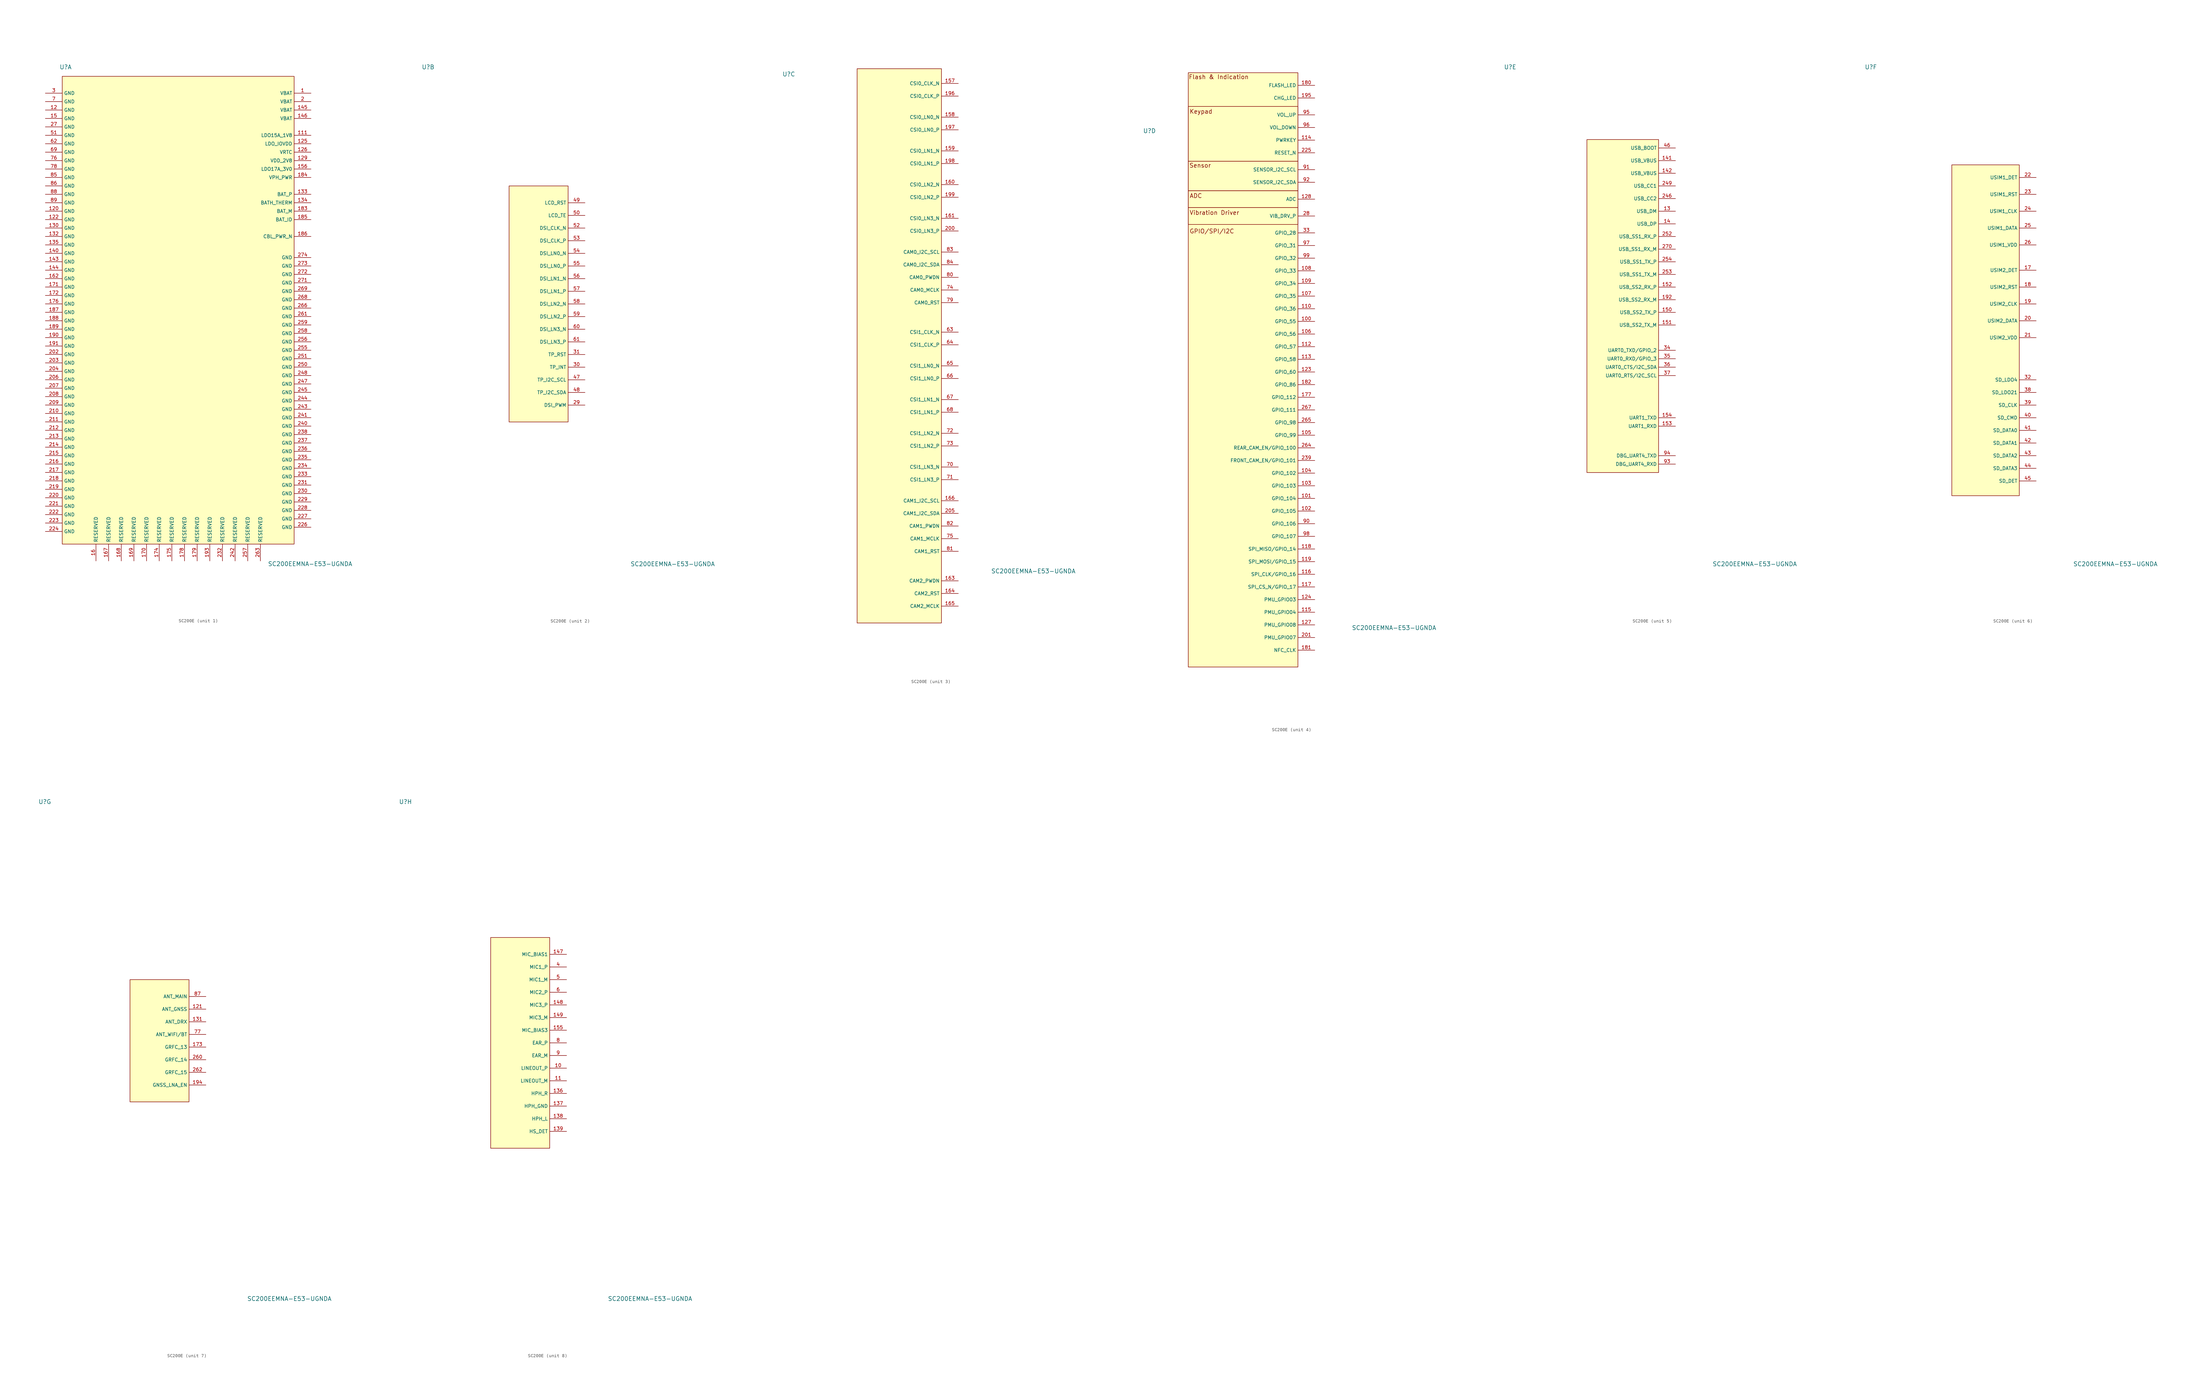
<source format=kicad_sym>
(kicad_symbol_lib
  (version 20241209)
  (generator "kicad_symbol_editor")
  (generator_version "9.0")
  (symbol "SC200E"
    (property "Reference" "U"
      (at -34.544 72.644 0)
      (effects (font (size 1.27 1.27))))
    (property "Value" "SC200EEMNA-E53-UGNDA"
      (at 39.116 -77.089 0)
      (effects (font (size 1.27 1.27))))
    (property "ki_locked" ""
      (at 0 0 0)
      (effects (font (size 1.27 1.27))))
    (symbol "SC200E_1_0"
      (unit_name "Power")
      (pin passive line (at -40.64 64.77 0) (length 5.08) (name "GND" (effects (font (size 1.016 1.016)))) (number "3" (effects (font (size 1.016 1.016)))))
      (pin passive line (at -40.64 62.23 0) (length 5.08) (name "GND" (effects (font (size 1.016 1.016)))) (number "7" (effects (font (size 1.016 1.016)))))
      (pin passive line (at -40.64 59.69 0) (length 5.08) (name "GND" (effects (font (size 1.016 1.016)))) (number "12" (effects (font (size 1.016 1.016)))))
      (pin passive line (at -40.64 57.15 0) (length 5.08) (name "GND" (effects (font (size 1.016 1.016)))) (number "15" (effects (font (size 1.016 1.016)))))
      (pin passive line (at -40.64 54.61 0) (length 5.08) (name "GND" (effects (font (size 1.016 1.016)))) (number "27" (effects (font (size 1.016 1.016)))))
      (pin passive line (at -40.64 52.07 0) (length 5.08) (name "GND" (effects (font (size 1.016 1.016)))) (number "51" (effects (font (size 1.016 1.016)))))
      (pin passive line (at -40.64 49.53 0) (length 5.08) (name "GND" (effects (font (size 1.016 1.016)))) (number "62" (effects (font (size 1.016 1.016)))))
      (pin passive line (at -40.64 46.99 0) (length 5.08) (name "GND" (effects (font (size 1.016 1.016)))) (number "69" (effects (font (size 1.016 1.016)))))
      (pin passive line (at -40.64 44.45 0) (length 5.08) (name "GND" (effects (font (size 1.016 1.016)))) (number "76" (effects (font (size 1.016 1.016)))))
      (pin passive line (at -40.64 41.91 0) (length 5.08) (name "GND" (effects (font (size 1.016 1.016)))) (number "78" (effects (font (size 1.016 1.016)))))
      (pin passive line (at -40.64 39.37 0) (length 5.08) (name "GND" (effects (font (size 1.016 1.016)))) (number "85" (effects (font (size 1.016 1.016)))))
      (pin passive line (at -40.64 36.83 0) (length 5.08) (name "GND" (effects (font (size 1.016 1.016)))) (number "86" (effects (font (size 1.016 1.016)))))
      (pin passive line (at -40.64 34.29 0) (length 5.08) (name "GND" (effects (font (size 1.016 1.016)))) (number "88" (effects (font (size 1.016 1.016)))))
      (pin passive line (at -40.64 31.75 0) (length 5.08) (name "GND" (effects (font (size 1.016 1.016)))) (number "89" (effects (font (size 1.016 1.016)))))
      (pin passive line (at -40.64 29.21 0) (length 5.08) (name "GND" (effects (font (size 1.016 1.016)))) (number "120" (effects (font (size 1.016 1.016)))))
      (pin passive line (at -40.64 26.67 0) (length 5.08) (name "GND" (effects (font (size 1.016 1.016)))) (number "122" (effects (font (size 1.016 1.016)))))
      (pin passive line (at -40.64 24.13 0) (length 5.08) (name "GND" (effects (font (size 1.016 1.016)))) (number "130" (effects (font (size 1.016 1.016)))))
      (pin passive line (at -40.64 21.59 0) (length 5.08) (name "GND" (effects (font (size 1.016 1.016)))) (number "132" (effects (font (size 1.016 1.016)))))
      (pin passive line (at -40.64 19.05 0) (length 5.08) (name "GND" (effects (font (size 1.016 1.016)))) (number "135" (effects (font (size 1.016 1.016)))))
      (pin passive line (at -40.64 16.51 0) (length 5.08) (name "GND" (effects (font (size 1.016 1.016)))) (number "140" (effects (font (size 1.016 1.016)))))
      (pin passive line (at -40.64 13.97 0) (length 5.08) (name "GND" (effects (font (size 1.016 1.016)))) (number "143" (effects (font (size 1.016 1.016)))))
      (pin passive line (at -40.64 11.43 0) (length 5.08) (name "GND" (effects (font (size 1.016 1.016)))) (number "144" (effects (font (size 1.016 1.016)))))
      (pin passive line (at -40.64 8.89 0) (length 5.08) (name "GND" (effects (font (size 1.016 1.016)))) (number "162" (effects (font (size 1.016 1.016)))))
      (pin passive line (at -40.64 6.35 0) (length 5.08) (name "GND" (effects (font (size 1.016 1.016)))) (number "171" (effects (font (size 1.016 1.016)))))
      (pin passive line (at -40.64 3.81 0) (length 5.08) (name "GND" (effects (font (size 1.016 1.016)))) (number "172" (effects (font (size 1.016 1.016)))))
      (pin passive line (at -40.64 1.27 0) (length 5.08) (name "GND" (effects (font (size 1.016 1.016)))) (number "176" (effects (font (size 1.016 1.016)))))
      (pin passive line (at -40.64 -1.27 0) (length 5.08) (name "GND" (effects (font (size 1.016 1.016)))) (number "187" (effects (font (size 1.016 1.016)))))
      (pin passive line (at -40.64 -3.81 0) (length 5.08) (name "GND" (effects (font (size 1.016 1.016)))) (number "188" (effects (font (size 1.016 1.016)))))
      (pin passive line (at -40.64 -6.35 0) (length 5.08) (name "GND" (effects (font (size 1.016 1.016)))) (number "189" (effects (font (size 1.016 1.016)))))
      (pin passive line (at -40.64 -8.89 0) (length 5.08) (name "GND" (effects (font (size 1.016 1.016)))) (number "190" (effects (font (size 1.016 1.016)))))
      (pin passive line (at -40.64 -11.43 0) (length 5.08) (name "GND" (effects (font (size 1.016 1.016)))) (number "191" (effects (font (size 1.016 1.016)))))
      (pin passive line (at -40.64 -13.97 0) (length 5.08) (name "GND" (effects (font (size 1.016 1.016)))) (number "202" (effects (font (size 1.016 1.016)))))
      (pin passive line (at -40.64 -16.51 0) (length 5.08) (name "GND" (effects (font (size 1.016 1.016)))) (number "203" (effects (font (size 1.016 1.016)))))
      (pin passive line (at -40.64 -19.05 0) (length 5.08) (name "GND" (effects (font (size 1.016 1.016)))) (number "204" (effects (font (size 1.016 1.016)))))
      (pin passive line (at -40.64 -21.59 0) (length 5.08) (name "GND" (effects (font (size 1.016 1.016)))) (number "206" (effects (font (size 1.016 1.016)))))
      (pin passive line (at -40.64 -24.13 0) (length 5.08) (name "GND" (effects (font (size 1.016 1.016)))) (number "207" (effects (font (size 1.016 1.016)))))
      (pin passive line (at -40.64 -26.67 0) (length 5.08) (name "GND" (effects (font (size 1.016 1.016)))) (number "208" (effects (font (size 1.016 1.016)))))
      (pin passive line (at -40.64 -29.21 0) (length 5.08) (name "GND" (effects (font (size 1.016 1.016)))) (number "209" (effects (font (size 1.016 1.016)))))
      (pin passive line (at -40.64 -31.75 0) (length 5.08) (name "GND" (effects (font (size 1.016 1.016)))) (number "210" (effects (font (size 1.016 1.016)))))
      (pin passive line (at -40.64 -34.29 0) (length 5.08) (name "GND" (effects (font (size 1.016 1.016)))) (number "211" (effects (font (size 1.016 1.016)))))
      (pin passive line (at -40.64 -36.83 0) (length 5.08) (name "GND" (effects (font (size 1.016 1.016)))) (number "212" (effects (font (size 1.016 1.016)))))
      (pin passive line (at -40.64 -39.37 0) (length 5.08) (name "GND" (effects (font (size 1.016 1.016)))) (number "213" (effects (font (size 1.016 1.016)))))
      (pin passive line (at -40.64 -41.91 0) (length 5.08) (name "GND" (effects (font (size 1.016 1.016)))) (number "214" (effects (font (size 1.016 1.016)))))
      (pin passive line (at -40.64 -44.45 0) (length 5.08) (name "GND" (effects (font (size 1.016 1.016)))) (number "215" (effects (font (size 1.016 1.016)))))
      (pin passive line (at -40.64 -46.99 0) (length 5.08) (name "GND" (effects (font (size 1.016 1.016)))) (number "216" (effects (font (size 1.016 1.016)))))
      (pin passive line (at -40.64 -49.53 0) (length 5.08) (name "GND" (effects (font (size 1.016 1.016)))) (number "217" (effects (font (size 1.016 1.016)))))
      (pin passive line (at -40.64 -52.07 0) (length 5.08) (name "GND" (effects (font (size 1.016 1.016)))) (number "218" (effects (font (size 1.016 1.016)))))
      (pin passive line (at -40.64 -54.61 0) (length 5.08) (name "GND" (effects (font (size 1.016 1.016)))) (number "219" (effects (font (size 1.016 1.016)))))
      (pin passive line (at -40.64 -57.15 0) (length 5.08) (name "GND" (effects (font (size 1.016 1.016)))) (number "220" (effects (font (size 1.016 1.016)))))
      (pin passive line (at -40.64 -59.69 0) (length 5.08) (name "GND" (effects (font (size 1.016 1.016)))) (number "221" (effects (font (size 1.016 1.016)))))
      (pin passive line (at -40.64 -62.23 0) (length 5.08) (name "GND" (effects (font (size 1.016 1.016)))) (number "222" (effects (font (size 1.016 1.016)))))
      (pin passive line (at -40.64 -64.77 0) (length 5.08) (name "GND" (effects (font (size 1.016 1.016)))) (number "223" (effects (font (size 1.016 1.016)))))
      (pin passive line (at -40.64 -67.31 0) (length 5.08) (name "GND" (effects (font (size 1.016 1.016)))) (number "224" (effects (font (size 1.016 1.016)))))
      (pin passive line (at -25.4 -76.2 90) (length 5.08) (name "RESERVED" (effects (font (size 1.016 1.016)))) (number "16" (effects (font (size 1.016 1.016)))))
      (pin passive line (at -21.59 -76.2 90) (length 5.08) (name "RESERVED" (effects (font (size 1.016 1.016)))) (number "167" (effects (font (size 1.016 1.016)))))
      (pin passive line (at -17.78 -76.2 90) (length 5.08) (name "RESERVED" (effects (font (size 1.016 1.016)))) (number "168" (effects (font (size 1.016 1.016)))))
      (pin passive line (at -13.97 -76.2 90) (length 5.08) (name "RESERVED" (effects (font (size 1.016 1.016)))) (number "169" (effects (font (size 1.016 1.016)))))
      (pin passive line (at -10.16 -76.2 90) (length 5.08) (name "RESERVED" (effects (font (size 1.016 1.016)))) (number "170" (effects (font (size 1.016 1.016)))))
      (pin passive line (at -6.35 -76.2 90) (length 5.08) (name "RESERVED" (effects (font (size 1.016 1.016)))) (number "174" (effects (font (size 1.016 1.016)))))
      (pin passive line (at -2.54 -76.2 90) (length 5.08) (name "RESERVED" (effects (font (size 1.016 1.016)))) (number "175" (effects (font (size 1.016 1.016)))))
      (pin passive line (at 1.27 -76.2 90) (length 5.08) (name "RESERVED" (effects (font (size 1.016 1.016)))) (number "178" (effects (font (size 1.016 1.016)))))
      (pin passive line (at 5.08 -76.2 90) (length 5.08) (name "RESERVED" (effects (font (size 1.016 1.016)))) (number "179" (effects (font (size 1.016 1.016)))))
      (pin passive line (at 8.89 -76.2 90) (length 5.08) (name "RESERVED" (effects (font (size 1.016 1.016)))) (number "193" (effects (font (size 1.016 1.016)))))
      (pin passive line (at 12.7 -76.2 90) (length 5.08) (name "RESERVED" (effects (font (size 1.016 1.016)))) (number "232" (effects (font (size 1.016 1.016)))))
      (pin passive line (at 16.51 -76.2 90) (length 5.08) (name "RESERVED" (effects (font (size 1.016 1.016)))) (number "242" (effects (font (size 1.016 1.016)))))
      (pin passive line (at 20.32 -76.2 90) (length 5.08) (name "RESERVED" (effects (font (size 1.016 1.016)))) (number "257" (effects (font (size 1.016 1.016)))))
      (pin passive line (at 24.13 -76.2 90) (length 5.08) (name "RESERVED" (effects (font (size 1.016 1.016)))) (number "263" (effects (font (size 1.016 1.016)))))
      (pin power_in line (at 39.37 64.77 180) (length 5.08) (name "VBAT" (effects (font (size 1.016 1.016)))) (number "1" (effects (font (size 1.016 1.016)))))
      (pin power_in line (at 39.37 62.23 180) (length 5.08) (name "VBAT" (effects (font (size 1.016 1.016)))) (number "2" (effects (font (size 1.016 1.016)))))
      (pin power_in line (at 39.37 59.69 180) (length 5.08) (name "VBAT" (effects (font (size 1.016 1.016)))) (number "145" (effects (font (size 1.016 1.016)))))
      (pin power_in line (at 39.37 57.15 180) (length 5.08) (name "VBAT" (effects (font (size 1.016 1.016)))) (number "146" (effects (font (size 1.016 1.016)))))
      (pin power_out line (at 39.37 52.07 180) (length 5.08) (name "LDO15A_1V8" (effects (font (size 1.016 1.016)))) (number "111" (effects (font (size 1.016 1.016)))))
      (pin power_out line (at 39.37 49.53 180) (length 5.08) (name "LDO_IOVDD" (effects (font (size 1.016 1.016)))) (number "125" (effects (font (size 1.016 1.016)))))
      (pin passive line (at 39.37 46.99 180) (length 5.08) (name "VRTC" (effects (font (size 1.016 1.016)))) (number "126" (effects (font (size 1.016 1.016)))))
      (pin power_out line (at 39.37 44.45 180) (length 5.08) (name "VDD_2V8" (effects (font (size 1.016 1.016)))) (number "129" (effects (font (size 1.016 1.016)))))
      (pin power_out line (at 39.37 41.91 180) (length 5.08) (name "LDO17A_3V0" (effects (font (size 1.016 1.016)))) (number "156" (effects (font (size 1.016 1.016)))))
      (pin power_out line (at 39.37 39.37 180) (length 5.08) (name "VPH_PWR" (effects (font (size 1.016 1.016)))) (number "184" (effects (font (size 1.016 1.016)))))
      (pin power_out line (at 39.37 34.29 180) (length 5.08) (name "BAT_P" (effects (font (size 1.016 1.016)))) (number "133" (effects (font (size 1.016 1.016)))))
      (pin input line (at 39.37 31.75 180) (length 5.08) (name "BATH_THERM" (effects (font (size 1.016 1.016)))) (number "134" (effects (font (size 1.016 1.016)))))
      (pin power_out line (at 39.37 29.21 180) (length 5.08) (name "BAT_M" (effects (font (size 1.016 1.016)))) (number "183" (effects (font (size 1.016 1.016)))))
      (pin input line (at 39.37 26.67 180) (length 5.08) (name "BAT_ID" (effects (font (size 1.016 1.016)))) (number "185" (effects (font (size 1.016 1.016)))))
      (pin passive line (at 39.37 21.59 180) (length 5.08) (name "CBL_PWR_N" (effects (font (size 1.016 1.016)))) (number "186" (effects (font (size 1.016 1.016)))))
      (pin passive line (at 39.37 15.24 180) (length 5.08) (name "GND" (effects (font (size 1.016 1.016)))) (number "274" (effects (font (size 1.016 1.016)))))
      (pin passive line (at 39.37 12.7 180) (length 5.08) (name "GND" (effects (font (size 1.016 1.016)))) (number "273" (effects (font (size 1.016 1.016)))))
      (pin passive line (at 39.37 10.16 180) (length 5.08) (name "GND" (effects (font (size 1.016 1.016)))) (number "272" (effects (font (size 1.016 1.016)))))
      (pin passive line (at 39.37 7.62 180) (length 5.08) (name "GND" (effects (font (size 1.016 1.016)))) (number "271" (effects (font (size 1.016 1.016)))))
      (pin passive line (at 39.37 5.08 180) (length 5.08) (name "GND" (effects (font (size 1.016 1.016)))) (number "269" (effects (font (size 1.016 1.016)))))
      (pin passive line (at 39.37 2.54 180) (length 5.08) (name "GND" (effects (font (size 1.016 1.016)))) (number "268" (effects (font (size 1.016 1.016)))))
      (pin passive line (at 39.37 0 180) (length 5.08) (name "GND" (effects (font (size 1.016 1.016)))) (number "266" (effects (font (size 1.016 1.016)))))
      (pin passive line (at 39.37 -2.54 180) (length 5.08) (name "GND" (effects (font (size 1.016 1.016)))) (number "261" (effects (font (size 1.016 1.016)))))
      (pin passive line (at 39.37 -5.08 180) (length 5.08) (name "GND" (effects (font (size 1.016 1.016)))) (number "259" (effects (font (size 1.016 1.016)))))
      (pin passive line (at 39.37 -7.62 180) (length 5.08) (name "GND" (effects (font (size 1.016 1.016)))) (number "258" (effects (font (size 1.016 1.016)))))
      (pin passive line (at 39.37 -10.16 180) (length 5.08) (name "GND" (effects (font (size 1.016 1.016)))) (number "256" (effects (font (size 1.016 1.016)))))
      (pin passive line (at 39.37 -12.7 180) (length 5.08) (name "GND" (effects (font (size 1.016 1.016)))) (number "255" (effects (font (size 1.016 1.016)))))
      (pin passive line (at 39.37 -15.24 180) (length 5.08) (name "GND" (effects (font (size 1.016 1.016)))) (number "251" (effects (font (size 1.016 1.016)))))
      (pin passive line (at 39.37 -17.78 180) (length 5.08) (name "GND" (effects (font (size 1.016 1.016)))) (number "250" (effects (font (size 1.016 1.016)))))
      (pin passive line (at 39.37 -20.32 180) (length 5.08) (name "GND" (effects (font (size 1.016 1.016)))) (number "248" (effects (font (size 1.016 1.016)))))
      (pin passive line (at 39.37 -22.86 180) (length 5.08) (name "GND" (effects (font (size 1.016 1.016)))) (number "247" (effects (font (size 1.016 1.016)))))
      (pin passive line (at 39.37 -25.4 180) (length 5.08) (name "GND" (effects (font (size 1.016 1.016)))) (number "245" (effects (font (size 1.016 1.016)))))
      (pin passive line (at 39.37 -27.94 180) (length 5.08) (name "GND" (effects (font (size 1.016 1.016)))) (number "244" (effects (font (size 1.016 1.016)))))
      (pin passive line (at 39.37 -30.48 180) (length 5.08) (name "GND" (effects (font (size 1.016 1.016)))) (number "243" (effects (font (size 1.016 1.016)))))
      (pin passive line (at 39.37 -33.02 180) (length 5.08) (name "GND" (effects (font (size 1.016 1.016)))) (number "241" (effects (font (size 1.016 1.016)))))
      (pin passive line (at 39.37 -35.56 180) (length 5.08) (name "GND" (effects (font (size 1.016 1.016)))) (number "240" (effects (font (size 1.016 1.016)))))
      (pin passive line (at 39.37 -38.1 180) (length 5.08) (name "GND" (effects (font (size 1.016 1.016)))) (number "238" (effects (font (size 1.016 1.016)))))
      (pin passive line (at 39.37 -40.64 180) (length 5.08) (name "GND" (effects (font (size 1.016 1.016)))) (number "237" (effects (font (size 1.016 1.016)))))
      (pin passive line (at 39.37 -43.18 180) (length 5.08) (name "GND" (effects (font (size 1.016 1.016)))) (number "236" (effects (font (size 1.016 1.016)))))
      (pin passive line (at 39.37 -45.72 180) (length 5.08) (name "GND" (effects (font (size 1.016 1.016)))) (number "235" (effects (font (size 1.016 1.016)))))
      (pin passive line (at 39.37 -48.26 180) (length 5.08) (name "GND" (effects (font (size 1.016 1.016)))) (number "234" (effects (font (size 1.016 1.016)))))
      (pin passive line (at 39.37 -50.8 180) (length 5.08) (name "GND" (effects (font (size 1.016 1.016)))) (number "233" (effects (font (size 1.016 1.016)))))
      (pin passive line (at 39.37 -53.34 180) (length 5.08) (name "GND" (effects (font (size 1.016 1.016)))) (number "231" (effects (font (size 1.016 1.016)))))
      (pin passive line (at 39.37 -55.88 180) (length 5.08) (name "GND" (effects (font (size 1.016 1.016)))) (number "230" (effects (font (size 1.016 1.016)))))
      (pin passive line (at 39.37 -58.42 180) (length 5.08) (name "GND" (effects (font (size 1.016 1.016)))) (number "229" (effects (font (size 1.016 1.016)))))
      (pin passive line (at 39.37 -60.96 180) (length 5.08) (name "GND" (effects (font (size 1.016 1.016)))) (number "228" (effects (font (size 1.016 1.016)))))
      (pin passive line (at 39.37 -63.5 180) (length 5.08) (name "GND" (effects (font (size 1.016 1.016)))) (number "227" (effects (font (size 1.016 1.016)))))
      (pin passive line (at 39.37 -66.04 180) (length 5.08) (name "GND" (effects (font (size 1.016 1.016)))) (number "226" (effects (font (size 1.016 1.016))))))
    (symbol "SC200E_1_1"
      (unit_name "Power")
      (rectangle (start -35.56 69.85) (end 34.29 -71.12) (stroke (width 0) (type default)) (fill (type background))))
    (symbol "SC200E_2_1"
      (unit_name "Display")
      (rectangle (start -10.16 36.83) (end 7.62 -34.29) (stroke (width 0) (type default)) (fill (type background)))
      (pin passive line (at 12.7 31.75 180) (length 5.08) (name "LCD_RST" (effects (font (size 1.016 1.016)))) (number "49" (effects (font (size 1.016 1.016)))))
      (pin passive line (at 12.7 27.94 180) (length 5.08) (name "LCD_TE" (effects (font (size 1.016 1.016)))) (number "50" (effects (font (size 1.016 1.016)))))
      (pin passive line (at 12.7 24.13 180) (length 5.08) (name "DSI_CLK_N" (effects (font (size 1.016 1.016)))) (number "52" (effects (font (size 1.016 1.016)))))
      (pin passive line (at 12.7 20.32 180) (length 5.08) (name "DSI_CLK_P" (effects (font (size 1.016 1.016)))) (number "53" (effects (font (size 1.016 1.016)))))
      (pin passive line (at 12.7 16.51 180) (length 5.08) (name "DSI_LN0_N" (effects (font (size 1.016 1.016)))) (number "54" (effects (font (size 1.016 1.016)))))
      (pin passive line (at 12.7 12.7 180) (length 5.08) (name "DSI_LN0_P" (effects (font (size 1.016 1.016)))) (number "55" (effects (font (size 1.016 1.016)))))
      (pin passive line (at 12.7 8.89 180) (length 5.08) (name "DSI_LN1_N" (effects (font (size 1.016 1.016)))) (number "56" (effects (font (size 1.016 1.016)))))
      (pin passive line (at 12.7 5.08 180) (length 5.08) (name "DSI_LN1_P" (effects (font (size 1.016 1.016)))) (number "57" (effects (font (size 1.016 1.016)))))
      (pin passive line (at 12.7 1.27 180) (length 5.08) (name "DSI_LN2_N" (effects (font (size 1.016 1.016)))) (number "58" (effects (font (size 1.016 1.016)))))
      (pin passive line (at 12.7 -2.54 180) (length 5.08) (name "DSI_LN2_P" (effects (font (size 1.016 1.016)))) (number "59" (effects (font (size 1.016 1.016)))))
      (pin passive line (at 12.7 -6.35 180) (length 5.08) (name "DSI_LN3_N" (effects (font (size 1.016 1.016)))) (number "60" (effects (font (size 1.016 1.016)))))
      (pin passive line (at 12.7 -10.16 180) (length 5.08) (name "DSI_LN3_P" (effects (font (size 1.016 1.016)))) (number "61" (effects (font (size 1.016 1.016)))))
      (pin passive line (at 12.7 -13.97 180) (length 5.08) (name "TP_RST" (effects (font (size 1.016 1.016)))) (number "31" (effects (font (size 1.016 1.016)))))
      (pin passive line (at 12.7 -17.78 180) (length 5.08) (name "TP_INT" (effects (font (size 1.016 1.016)))) (number "30" (effects (font (size 1.016 1.016)))))
      (pin passive line (at 12.7 -21.59 180) (length 5.08) (name "TP_I2C_SCL" (effects (font (size 1.016 1.016)))) (number "47" (effects (font (size 1.016 1.016)))))
      (pin passive line (at 12.7 -25.4 180) (length 5.08) (name "TP_I2C_SDA" (effects (font (size 1.016 1.016)))) (number "48" (effects (font (size 1.016 1.016)))))
      (pin passive line (at 12.7 -29.21 180) (length 5.08) (name "DSI_PWM" (effects (font (size 1.016 1.016)))) (number "29" (effects (font (size 1.016 1.016))))))
    (symbol "SC200E_3_0"
      (unit_name "Cameras")
      (pin passive line (at 16.51 69.85 180) (length 5.08) (name "CSI0_CLK_N" (effects (font (size 1.016 1.016)))) (number "157" (effects (font (size 1.016 1.016)))))
      (pin passive line (at 16.51 66.04 180) (length 5.08) (name "CSI0_CLK_P" (effects (font (size 1.016 1.016)))) (number "196" (effects (font (size 1.016 1.016)))))
      (pin passive line (at 16.51 59.69 180) (length 5.08) (name "CSI0_LN0_N" (effects (font (size 1.016 1.016)))) (number "158" (effects (font (size 1.016 1.016)))))
      (pin passive line (at 16.51 55.88 180) (length 5.08) (name "CSI0_LN0_P" (effects (font (size 1.016 1.016)))) (number "197" (effects (font (size 1.016 1.016)))))
      (pin passive line (at 16.51 49.53 180) (length 5.08) (name "CSI0_LN1_N" (effects (font (size 1.016 1.016)))) (number "159" (effects (font (size 1.016 1.016)))))
      (pin passive line (at 16.51 45.72 180) (length 5.08) (name "CSI0_LN1_P" (effects (font (size 1.016 1.016)))) (number "198" (effects (font (size 1.016 1.016)))))
      (pin passive line (at 16.51 39.37 180) (length 5.08) (name "CSI0_LN2_N" (effects (font (size 1.016 1.016)))) (number "160" (effects (font (size 1.016 1.016)))))
      (pin passive line (at 16.51 35.56 180) (length 5.08) (name "CSI0_LN2_P" (effects (font (size 1.016 1.016)))) (number "199" (effects (font (size 1.016 1.016)))))
      (pin passive line (at 16.51 29.21 180) (length 5.08) (name "CSI0_LN3_N" (effects (font (size 1.016 1.016)))) (number "161" (effects (font (size 1.016 1.016)))))
      (pin passive line (at 16.51 25.4 180) (length 5.08) (name "CSI0_LN3_P" (effects (font (size 1.016 1.016)))) (number "200" (effects (font (size 1.016 1.016)))))
      (pin passive line (at 16.51 19.05 180) (length 5.08) (name "CAM0_I2C_SCL" (effects (font (size 1.016 1.016)))) (number "83" (effects (font (size 1.016 1.016)))))
      (pin passive line (at 16.51 15.24 180) (length 5.08) (name "CAM0_I2C_SDA" (effects (font (size 1.016 1.016)))) (number "84" (effects (font (size 1.016 1.016)))))
      (pin passive line (at 16.51 11.43 180) (length 5.08) (name "CAM0_PWDN" (effects (font (size 1.016 1.016)))) (number "80" (effects (font (size 1.016 1.016)))))
      (pin passive line (at 16.51 7.62 180) (length 5.08) (name "CAM0_MCLK" (effects (font (size 1.016 1.016)))) (number "74" (effects (font (size 1.016 1.016)))))
      (pin passive line (at 16.51 3.81 180) (length 5.08) (name "CAM0_RST" (effects (font (size 1.016 1.016)))) (number "79" (effects (font (size 1.016 1.016)))))
      (pin passive line (at 16.51 -5.08 180) (length 5.08) (name "CSI1_CLK_N" (effects (font (size 1.016 1.016)))) (number "63" (effects (font (size 1.016 1.016)))))
      (pin passive line (at 16.51 -8.89 180) (length 5.08) (name "CSI1_CLK_P" (effects (font (size 1.016 1.016)))) (number "64" (effects (font (size 1.016 1.016)))))
      (pin passive line (at 16.51 -15.24 180) (length 5.08) (name "CSI1_LN0_N" (effects (font (size 1.016 1.016)))) (number "65" (effects (font (size 1.016 1.016)))))
      (pin passive line (at 16.51 -19.05 180) (length 5.08) (name "CSI1_LN0_P" (effects (font (size 1.016 1.016)))) (number "66" (effects (font (size 1.016 1.016)))))
      (pin passive line (at 16.51 -25.4 180) (length 5.08) (name "CSI1_LN1_N" (effects (font (size 1.016 1.016)))) (number "67" (effects (font (size 1.016 1.016)))))
      (pin passive line (at 16.51 -29.21 180) (length 5.08) (name "CSI1_LN1_P" (effects (font (size 1.016 1.016)))) (number "68" (effects (font (size 1.016 1.016)))))
      (pin passive line (at 16.51 -35.56 180) (length 5.08) (name "CSI1_LN2_N" (effects (font (size 1.016 1.016)))) (number "72" (effects (font (size 1.016 1.016)))))
      (pin passive line (at 16.51 -39.37 180) (length 5.08) (name "CSI1_LN2_P" (effects (font (size 1.016 1.016)))) (number "73" (effects (font (size 1.016 1.016)))))
      (pin passive line (at 16.51 -45.72 180) (length 5.08) (name "CSI1_LN3_N" (effects (font (size 1.016 1.016)))) (number "70" (effects (font (size 1.016 1.016)))))
      (pin passive line (at 16.51 -49.53 180) (length 5.08) (name "CSI1_LN3_P" (effects (font (size 1.016 1.016)))) (number "71" (effects (font (size 1.016 1.016)))))
      (pin passive line (at 16.51 -55.88 180) (length 5.08) (name "CAM1_I2C_SCL" (effects (font (size 1.016 1.016)))) (number "166" (effects (font (size 1.016 1.016)))))
      (pin passive line (at 16.51 -59.69 180) (length 5.08) (name "CAM1_I2C_SDA" (effects (font (size 1.016 1.016)))) (number "205" (effects (font (size 1.016 1.016)))))
      (pin passive line (at 16.51 -63.5 180) (length 5.08) (name "CAM1_PWDN" (effects (font (size 1.016 1.016)))) (number "82" (effects (font (size 1.016 1.016)))))
      (pin passive line (at 16.51 -67.31 180) (length 5.08) (name "CAM1_MCLK" (effects (font (size 1.016 1.016)))) (number "75" (effects (font (size 1.016 1.016)))))
      (pin passive line (at 16.51 -71.12 180) (length 5.08) (name "CAM1_RST" (effects (font (size 1.016 1.016)))) (number "81" (effects (font (size 1.016 1.016)))))
      (pin passive line (at 16.51 -80.01 180) (length 5.08) (name "CAM2_PWDN" (effects (font (size 1.016 1.016)))) (number "163" (effects (font (size 1.016 1.016)))))
      (pin passive line (at 16.51 -83.82 180) (length 5.08) (name "CAM2_RST" (effects (font (size 1.016 1.016)))) (number "164" (effects (font (size 1.016 1.016)))))
      (pin passive line (at 16.51 -87.63 180) (length 5.08) (name "CAM2_MCLK" (effects (font (size 1.016 1.016)))) (number "165" (effects (font (size 1.016 1.016))))))
    (symbol "SC200E_3_1"
      (unit_name "Cameras")
      (rectangle (start -13.97 74.295) (end 11.43 -92.71) (stroke (width 0) (type default)) (fill (type background))))
    (symbol "SC200E_4_0"
      (unit_name "Interfaces")
      (pin passive line (at 15.24 86.36 180) (length 5.08) (name "FLASH_LED" (effects (font (size 1.016 1.016)))) (number "180" (effects (font (size 1.016 1.016)))))
      (pin passive line (at 15.24 82.55 180) (length 5.08) (name "CHG_LED" (effects (font (size 1.016 1.016)))) (number "195" (effects (font (size 1.016 1.016)))))
      (pin passive line (at 15.24 77.47 180) (length 5.08) (name "VOL_UP" (effects (font (size 1.016 1.016)))) (number "95" (effects (font (size 1.016 1.016)))))
      (pin passive line (at 15.24 73.66 180) (length 5.08) (name "VOL_DOWN" (effects (font (size 1.016 1.016)))) (number "96" (effects (font (size 1.016 1.016)))))
      (pin passive line (at 15.24 69.85 180) (length 5.08) (name "PWRKEY" (effects (font (size 1.016 1.016)))) (number "114" (effects (font (size 1.016 1.016)))))
      (pin passive line (at 15.24 66.04 180) (length 5.08) (name "RESET_N" (effects (font (size 1.016 1.016)))) (number "225" (effects (font (size 1.016 1.016))))))
    (symbol "SC200E_4_1"
      (unit_name "Interfaces")
      (rectangle (start -22.86 90.17) (end 10.16 -88.9) (stroke (width 0) (type default)) (fill (type background)))
      (rectangle (start -22.86 80.01) (end 10.16 63.5) (stroke (width 0) (type default)) (fill (type none)))
      (rectangle (start 10.16 63.5) (end -22.86 54.61) (stroke (width 0) (type default)) (fill (type none)))
      (rectangle (start 10.16 54.61) (end -22.86 49.53) (stroke (width 0) (type default)) (fill (type none)))
      (rectangle (start 10.16 49.53) (end -22.86 44.45) (stroke (width 0) (type default)) (fill (type none)))
      (text "ADC" (at -20.574 53.086 0) (effects (font (size 1.27 1.27))))
      (text "Sensor " (at -18.796 62.23 0) (effects (font (size 1.27 1.27))))
      (text "Keypad " (at -18.542 78.486 0) (effects (font (size 1.27 1.27))))
      (text "GPIO/SPI/I2C" (at -15.748 42.418 0) (effects (font (size 1.27 1.27))))
      (text "Vibration Driver" (at -14.986 48.006 0) (effects (font (size 1.27 1.27))))
      (text "Flash & Indication " (at -13.208 88.9 0) (effects (font (size 1.27 1.27))))
      (pin passive line (at 15.24 60.96 180) (length 5.08) (name "SENSOR_I2C_SCL" (effects (font (size 1.016 1.016)))) (number "91" (effects (font (size 1.016 1.016)))))
      (pin passive line (at 15.24 57.15 180) (length 5.08) (name "SENSOR_I2C_SDA" (effects (font (size 1.016 1.016)))) (number "92" (effects (font (size 1.016 1.016)))))
      (pin passive line (at 15.24 52.07 180) (length 5.08) (name "ADC" (effects (font (size 1.016 1.016)))) (number "128" (effects (font (size 1.016 1.016)))))
      (pin passive line (at 15.24 46.99 180) (length 5.08) (name "VIB_DRV_P" (effects (font (size 1.016 1.016)))) (number "28" (effects (font (size 1.016 1.016)))))
      (pin passive line (at 15.24 41.91 180) (length 5.08) (name "GPIO_28" (effects (font (size 1.016 1.016)))) (number "33" (effects (font (size 1.016 1.016)))))
      (pin passive line (at 15.24 38.1 180) (length 5.08) (name "GPIO_31" (effects (font (size 1.016 1.016)))) (number "97" (effects (font (size 1.016 1.016)))))
      (pin passive line (at 15.24 34.29 180) (length 5.08) (name "GPIO_32" (effects (font (size 1.016 1.016)))) (number "99" (effects (font (size 1.016 1.016)))))
      (pin passive line (at 15.24 30.48 180) (length 5.08) (name "GPIO_33" (effects (font (size 1.016 1.016)))) (number "108" (effects (font (size 1.016 1.016)))))
      (pin passive line (at 15.24 26.67 180) (length 5.08) (name "GPIO_34" (effects (font (size 1.016 1.016)))) (number "109" (effects (font (size 1.016 1.016)))))
      (pin passive line (at 15.24 22.86 180) (length 5.08) (name "GPIO_35" (effects (font (size 1.016 1.016)))) (number "107" (effects (font (size 1.016 1.016)))))
      (pin passive line (at 15.24 19.05 180) (length 5.08) (name "GPIO_36" (effects (font (size 1.016 1.016)))) (number "110" (effects (font (size 1.016 1.016)))))
      (pin passive line (at 15.24 15.24 180) (length 5.08) (name "GPIO_55" (effects (font (size 1.016 1.016)))) (number "100" (effects (font (size 1.016 1.016)))))
      (pin passive line (at 15.24 11.43 180) (length 5.08) (name "GPIO_56" (effects (font (size 1.016 1.016)))) (number "106" (effects (font (size 1.016 1.016)))))
      (pin passive line (at 15.24 7.62 180) (length 5.08) (name "GPIO_57" (effects (font (size 1.016 1.016)))) (number "112" (effects (font (size 1.016 1.016)))))
      (pin passive line (at 15.24 3.81 180) (length 5.08) (name "GPIO_58" (effects (font (size 1.016 1.016)))) (number "113" (effects (font (size 1.016 1.016)))))
      (pin passive line (at 15.24 0 180) (length 5.08) (name "GPIO_60" (effects (font (size 1.016 1.016)))) (number "123" (effects (font (size 1.016 1.016)))))
      (pin passive line (at 15.24 -3.81 180) (length 5.08) (name "GPIO_86" (effects (font (size 1.016 1.016)))) (number "182" (effects (font (size 1.016 1.016)))))
      (pin passive line (at 15.24 -7.62 180) (length 5.08) (name "GPIO_112" (effects (font (size 1.016 1.016)))) (number "177" (effects (font (size 1.016 1.016)))))
      (pin passive line (at 15.24 -11.43 180) (length 5.08) (name "GPIO_111" (effects (font (size 1.016 1.016)))) (number "267" (effects (font (size 1.016 1.016)))))
      (pin passive line (at 15.24 -15.24 180) (length 5.08) (name "GPIO_98" (effects (font (size 1.016 1.016)))) (number "265" (effects (font (size 1.016 1.016)))))
      (pin passive line (at 15.24 -19.05 180) (length 5.08) (name "GPIO_99" (effects (font (size 1.016 1.016)))) (number "105" (effects (font (size 1.016 1.016)))))
      (pin passive line (at 15.24 -22.86 180) (length 5.08) (name "REAR_CAM_EN/GPIO_100" (effects (font (size 1.016 1.016)))) (number "264" (effects (font (size 1.016 1.016)))))
      (pin passive line (at 15.24 -26.67 180) (length 5.08) (name "FRONT_CAM_EN/GPIO_101" (effects (font (size 1.016 1.016)))) (number "239" (effects (font (size 1.016 1.016)))))
      (pin passive line (at 15.24 -30.48 180) (length 5.08) (name "GPIO_102" (effects (font (size 1.016 1.016)))) (number "104" (effects (font (size 1.016 1.016)))))
      (pin passive line (at 15.24 -34.29 180) (length 5.08) (name "GPIO_103" (effects (font (size 1.016 1.016)))) (number "103" (effects (font (size 1.016 1.016)))))
      (pin passive line (at 15.24 -38.1 180) (length 5.08) (name "GPIO_104" (effects (font (size 1.016 1.016)))) (number "101" (effects (font (size 1.016 1.016)))))
      (pin passive line (at 15.24 -41.91 180) (length 5.08) (name "GPIO_105" (effects (font (size 1.016 1.016)))) (number "102" (effects (font (size 1.016 1.016)))))
      (pin passive line (at 15.24 -45.72 180) (length 5.08) (name "GPIO_106" (effects (font (size 1.016 1.016)))) (number "90" (effects (font (size 1.016 1.016)))))
      (pin passive line (at 15.24 -49.53 180) (length 5.08) (name "GPIO_107" (effects (font (size 1.016 1.016)))) (number "98" (effects (font (size 1.016 1.016)))))
      (pin passive line (at 15.24 -53.34 180) (length 5.08) (name "SPI_MISO/GPIO_14" (effects (font (size 1.016 1.016)))) (number "118" (effects (font (size 1.016 1.016)))))
      (pin passive line (at 15.24 -57.15 180) (length 5.08) (name "SPI_MOSI/GPIO_15" (effects (font (size 1.016 1.016)))) (number "119" (effects (font (size 1.016 1.016)))))
      (pin passive line (at 15.24 -60.96 180) (length 5.08) (name "SPI_CLK/GPIO_16" (effects (font (size 1.016 1.016)))) (number "116" (effects (font (size 1.016 1.016)))))
      (pin passive line (at 15.24 -64.77 180) (length 5.08) (name "SPI_CS_N/GPIO_17" (effects (font (size 1.016 1.016)))) (number "117" (effects (font (size 1.016 1.016)))))
      (pin passive line (at 15.24 -68.58 180) (length 5.08) (name "PMU_GPIO03" (effects (font (size 1.016 1.016)))) (number "124" (effects (font (size 1.016 1.016)))))
      (pin passive line (at 15.24 -72.39 180) (length 5.08) (name "PMU_GPIO04" (effects (font (size 1.016 1.016)))) (number "115" (effects (font (size 1.016 1.016)))))
      (pin passive line (at 15.24 -76.2 180) (length 5.08) (name "PMU_GPIO08" (effects (font (size 1.016 1.016)))) (number "127" (effects (font (size 1.016 1.016)))))
      (pin passive line (at 15.24 -80.01 180) (length 5.08) (name "PMU_GPIO07" (effects (font (size 1.016 1.016)))) (number "201" (effects (font (size 1.016 1.016)))))
      (pin passive line (at 15.24 -83.82 180) (length 5.08) (name "NFC_CLK" (effects (font (size 1.016 1.016)))) (number "181" (effects (font (size 1.016 1.016))))))
    (symbol "SC200E_5_1"
      (unit_name "USB_UARTs")
      (rectangle (start -11.43 50.8) (end 10.16 -49.53) (stroke (width 0) (type default)) (fill (type background)))
      (pin passive line (at 15.24 48.26 180) (length 5.08) (name "USB_BOOT" (effects (font (size 1.016 1.016)))) (number "46" (effects (font (size 1.016 1.016)))))
      (pin passive line (at 15.24 44.45 180) (length 5.08) (name "USB_VBUS" (effects (font (size 1.016 1.016)))) (number "141" (effects (font (size 1.016 1.016)))))
      (pin passive line (at 15.24 40.64 180) (length 5.08) (name "USB_VBUS" (effects (font (size 1.016 1.016)))) (number "142" (effects (font (size 1.016 1.016)))))
      (pin passive line (at 15.24 36.83 180) (length 5.08) (name "USB_CC1" (effects (font (size 1.016 1.016)))) (number "249" (effects (font (size 1.016 1.016)))))
      (pin passive line (at 15.24 33.02 180) (length 5.08) (name "USB_CC2" (effects (font (size 1.016 1.016)))) (number "246" (effects (font (size 1.016 1.016)))))
      (pin passive line (at 15.24 29.21 180) (length 5.08) (name "USB_DM" (effects (font (size 1.016 1.016)))) (number "13" (effects (font (size 1.016 1.016)))))
      (pin passive line (at 15.24 25.4 180) (length 5.08) (name "USB_DP" (effects (font (size 1.016 1.016)))) (number "14" (effects (font (size 1.016 1.016)))))
      (pin passive line (at 15.24 21.59 180) (length 5.08) (name "USB_SS1_RX_P" (effects (font (size 1.016 1.016)))) (number "252" (effects (font (size 1.016 1.016)))))
      (pin passive line (at 15.24 17.78 180) (length 5.08) (name "USB_SS1_RX_M" (effects (font (size 1.016 1.016)))) (number "270" (effects (font (size 1.016 1.016)))))
      (pin passive line (at 15.24 13.97 180) (length 5.08) (name "USB_SS1_TX_P" (effects (font (size 1.016 1.016)))) (number "254" (effects (font (size 1.016 1.016)))))
      (pin passive line (at 15.24 10.16 180) (length 5.08) (name "USB_SS1_TX_M" (effects (font (size 1.016 1.016)))) (number "253" (effects (font (size 1.016 1.016)))))
      (pin passive line (at 15.24 6.35 180) (length 5.08) (name "USB_SS2_RX_P" (effects (font (size 1.016 1.016)))) (number "152" (effects (font (size 1.016 1.016)))))
      (pin passive line (at 15.24 2.54 180) (length 5.08) (name "USB_SS2_RX_M" (effects (font (size 1.016 1.016)))) (number "192" (effects (font (size 1.016 1.016)))))
      (pin passive line (at 15.24 -1.27 180) (length 5.08) (name "USB_SS2_TX_P" (effects (font (size 1.016 1.016)))) (number "150" (effects (font (size 1.016 1.016)))))
      (pin passive line (at 15.24 -5.08 180) (length 5.08) (name "USB_SS2_TX_M" (effects (font (size 1.016 1.016)))) (number "151" (effects (font (size 1.016 1.016)))))
      (pin passive line (at 15.24 -12.7 180) (length 5.08) (name "UART0_TXD/GPIO_2" (effects (font (size 1.016 1.016)))) (number "34" (effects (font (size 1.016 1.016)))))
      (pin passive line (at 15.24 -15.24 180) (length 5.08) (name "UART0_RXD/GPIO_3" (effects (font (size 1.016 1.016)))) (number "35" (effects (font (size 1.016 1.016)))))
      (pin passive line (at 15.24 -17.78 180) (length 5.08) (name "UART0_CTS/I2C_SDA" (effects (font (size 1.016 1.016)))) (number "36" (effects (font (size 1.016 1.016)))))
      (pin passive line (at 15.24 -20.32 180) (length 5.08) (name "UART0_RTS/I2C_SCL" (effects (font (size 1.016 1.016)))) (number "37" (effects (font (size 1.016 1.016)))))
      (pin passive line (at 15.24 -33.02 180) (length 5.08) (name "UART1_TXD" (effects (font (size 1.016 1.016)))) (number "154" (effects (font (size 1.016 1.016)))))
      (pin passive line (at 15.24 -35.56 180) (length 5.08) (name "UART1_RXD" (effects (font (size 1.016 1.016)))) (number "153" (effects (font (size 1.016 1.016)))))
      (pin passive line (at 15.24 -44.45 180) (length 5.08) (name "DBG_UART4_TXD" (effects (font (size 1.016 1.016)))) (number "94" (effects (font (size 1.016 1.016)))))
      (pin passive line (at 15.24 -46.99 180) (length 5.08) (name "DBG_UART4_RXD" (effects (font (size 1.016 1.016)))) (number "93" (effects (font (size 1.016 1.016))))))
    (symbol "SC200E_6_1"
      (unit_name "SIM_SD_Cards")
      (rectangle (start -10.16 43.18) (end 10.16 -56.515) (stroke (width 0) (type default)) (fill (type background)))
      (pin passive line (at 15.24 39.37 180) (length 5.08) (name "USIM1_DET" (effects (font (size 1.016 1.016)))) (number "22" (effects (font (size 1.016 1.016)))))
      (pin passive line (at 15.24 34.29 180) (length 5.08) (name "USIM1_RST" (effects (font (size 1.016 1.016)))) (number "23" (effects (font (size 1.016 1.016)))))
      (pin passive line (at 15.24 29.21 180) (length 5.08) (name "USIM1_CLK" (effects (font (size 1.016 1.016)))) (number "24" (effects (font (size 1.016 1.016)))))
      (pin passive line (at 15.24 24.13 180) (length 5.08) (name "USIM1_DATA" (effects (font (size 1.016 1.016)))) (number "25" (effects (font (size 1.016 1.016)))))
      (pin passive line (at 15.24 19.05 180) (length 5.08) (name "USIM1_VDD" (effects (font (size 1.016 1.016)))) (number "26" (effects (font (size 1.016 1.016)))))
      (pin passive line (at 15.24 11.43 180) (length 5.08) (name "USIM2_DET" (effects (font (size 1.016 1.016)))) (number "17" (effects (font (size 1.016 1.016)))))
      (pin passive line (at 15.24 6.35 180) (length 5.08) (name "USIM2_RST" (effects (font (size 1.016 1.016)))) (number "18" (effects (font (size 1.016 1.016)))))
      (pin passive line (at 15.24 1.27 180) (length 5.08) (name "USIM2_CLK" (effects (font (size 1.016 1.016)))) (number "19" (effects (font (size 1.016 1.016)))))
      (pin passive line (at 15.24 -3.81 180) (length 5.08) (name "USIM2_DATA" (effects (font (size 1.016 1.016)))) (number "20" (effects (font (size 1.016 1.016)))))
      (pin passive line (at 15.24 -8.89 180) (length 5.08) (name "USIM2_VDD" (effects (font (size 1.016 1.016)))) (number "21" (effects (font (size 1.016 1.016)))))
      (pin passive line (at 15.24 -21.59 180) (length 5.08) (name "SD_LDO4" (effects (font (size 1.016 1.016)))) (number "32" (effects (font (size 1.016 1.016)))))
      (pin passive line (at 15.24 -25.4 180) (length 5.08) (name "SD_LDO21" (effects (font (size 1.016 1.016)))) (number "38" (effects (font (size 1.016 1.016)))))
      (pin passive line (at 15.24 -29.21 180) (length 5.08) (name "SD_CLK" (effects (font (size 1.016 1.016)))) (number "39" (effects (font (size 1.016 1.016)))))
      (pin passive line (at 15.24 -33.02 180) (length 5.08) (name "SD_CMD" (effects (font (size 1.016 1.016)))) (number "40" (effects (font (size 1.016 1.016)))))
      (pin passive line (at 15.24 -36.83 180) (length 5.08) (name "SD_DATA0" (effects (font (size 1.016 1.016)))) (number "41" (effects (font (size 1.016 1.016)))))
      (pin passive line (at 15.24 -40.64 180) (length 5.08) (name "SD_DATA1" (effects (font (size 1.016 1.016)))) (number "42" (effects (font (size 1.016 1.016)))))
      (pin passive line (at 15.24 -44.45 180) (length 5.08) (name "SD_DATA2" (effects (font (size 1.016 1.016)))) (number "43" (effects (font (size 1.016 1.016)))))
      (pin passive line (at 15.24 -48.26 180) (length 5.08) (name "SD_DATA3" (effects (font (size 1.016 1.016)))) (number "44" (effects (font (size 1.016 1.016)))))
      (pin passive line (at 15.24 -52.07 180) (length 5.08) (name "SD_DET" (effects (font (size 1.016 1.016)))) (number "45" (effects (font (size 1.016 1.016))))))
    (symbol "SC200E_7_1"
      (unit_name "Antennas")
      (rectangle (start -8.89 19.05) (end 8.89 -17.78) (stroke (width 0) (type default)) (fill (type background)))
      (pin passive line (at 13.97 13.97 180) (length 5.08) (name "ANT_MAIN" (effects (font (size 1.016 1.016)))) (number "87" (effects (font (size 1.016 1.016)))))
      (pin passive line (at 13.97 10.16 180) (length 5.08) (name "ANT_GNSS" (effects (font (size 1.016 1.016)))) (number "121" (effects (font (size 1.016 1.016)))))
      (pin passive line (at 13.97 6.35 180) (length 5.08) (name "ANT_DRX" (effects (font (size 1.016 1.016)))) (number "131" (effects (font (size 1.016 1.016)))))
      (pin passive line (at 13.97 2.54 180) (length 5.08) (name "ANT_WIFI/BT" (effects (font (size 1.016 1.016)))) (number "77" (effects (font (size 1.016 1.016)))))
      (pin passive line (at 13.97 -1.27 180) (length 5.08) (name "GRFC_13" (effects (font (size 1.016 1.016)))) (number "173" (effects (font (size 1.016 1.016)))))
      (pin passive line (at 13.97 -5.08 180) (length 5.08) (name "GRFC_14" (effects (font (size 1.016 1.016)))) (number "260" (effects (font (size 1.016 1.016)))))
      (pin passive line (at 13.97 -8.89 180) (length 5.08) (name "GRFC_15" (effects (font (size 1.016 1.016)))) (number "262" (effects (font (size 1.016 1.016)))))
      (pin passive line (at 13.97 -12.7 180) (length 5.08) (name "GNSS_LNA_EN" (effects (font (size 1.016 1.016)))) (number "194" (effects (font (size 1.016 1.016))))))
    (symbol "SC200E_8_1"
      (unit_name "Audio")
      (rectangle (start -8.89 31.75) (end 8.89 -31.75) (stroke (width 0) (type default)) (fill (type background)))
      (pin passive line (at 13.97 26.67 180) (length 5.08) (name "MIC_BIAS1" (effects (font (size 1.016 1.016)))) (number "147" (effects (font (size 1.016 1.016)))))
      (pin passive line (at 13.97 22.86 180) (length 5.08) (name "MIC1_P" (effects (font (size 1.016 1.016)))) (number "4" (effects (font (size 1.016 1.016)))))
      (pin passive line (at 13.97 19.05 180) (length 5.08) (name "MIC1_M" (effects (font (size 1.016 1.016)))) (number "5" (effects (font (size 1.016 1.016)))))
      (pin passive line (at 13.97 15.24 180) (length 5.08) (name "MIC2_P" (effects (font (size 1.016 1.016)))) (number "6" (effects (font (size 1.016 1.016)))))
      (pin passive line (at 13.97 11.43 180) (length 5.08) (name "MIC3_P" (effects (font (size 1.016 1.016)))) (number "148" (effects (font (size 1.016 1.016)))))
      (pin passive line (at 13.97 7.62 180) (length 5.08) (name "MIC3_M" (effects (font (size 1.016 1.016)))) (number "149" (effects (font (size 1.016 1.016)))))
      (pin passive line (at 13.97 3.81 180) (length 5.08) (name "MIC_BIAS3" (effects (font (size 1.016 1.016)))) (number "155" (effects (font (size 1.016 1.016)))))
      (pin passive line (at 13.97 0 180) (length 5.08) (name "EAR_P" (effects (font (size 1.016 1.016)))) (number "8" (effects (font (size 1.016 1.016)))))
      (pin passive line (at 13.97 -3.81 180) (length 5.08) (name "EAR_M" (effects (font (size 1.016 1.016)))) (number "9" (effects (font (size 1.016 1.016)))))
      (pin passive line (at 13.97 -7.62 180) (length 5.08) (name "LINEOUT_P" (effects (font (size 1.016 1.016)))) (number "10" (effects (font (size 1.016 1.016)))))
      (pin passive line (at 13.97 -11.43 180) (length 5.08) (name "LINEOUT_M" (effects (font (size 1.016 1.016)))) (number "11" (effects (font (size 1.016 1.016)))))
      (pin passive line (at 13.97 -15.24 180) (length 5.08) (name "HPH_R" (effects (font (size 1.016 1.016)))) (number "136" (effects (font (size 1.016 1.016)))))
      (pin passive line (at 13.97 -19.05 180) (length 5.08) (name "HPH_GND" (effects (font (size 1.016 1.016)))) (number "137" (effects (font (size 1.016 1.016)))))
      (pin passive line (at 13.97 -22.86 180) (length 5.08) (name "HPH_L" (effects (font (size 1.016 1.016)))) (number "138" (effects (font (size 1.016 1.016)))))
      (pin passive line (at 13.97 -26.67 180) (length 5.08) (name "HS_DET" (effects (font (size 1.016 1.016)))) (number "139" (effects (font (size 1.016 1.016))))))))
</source>
